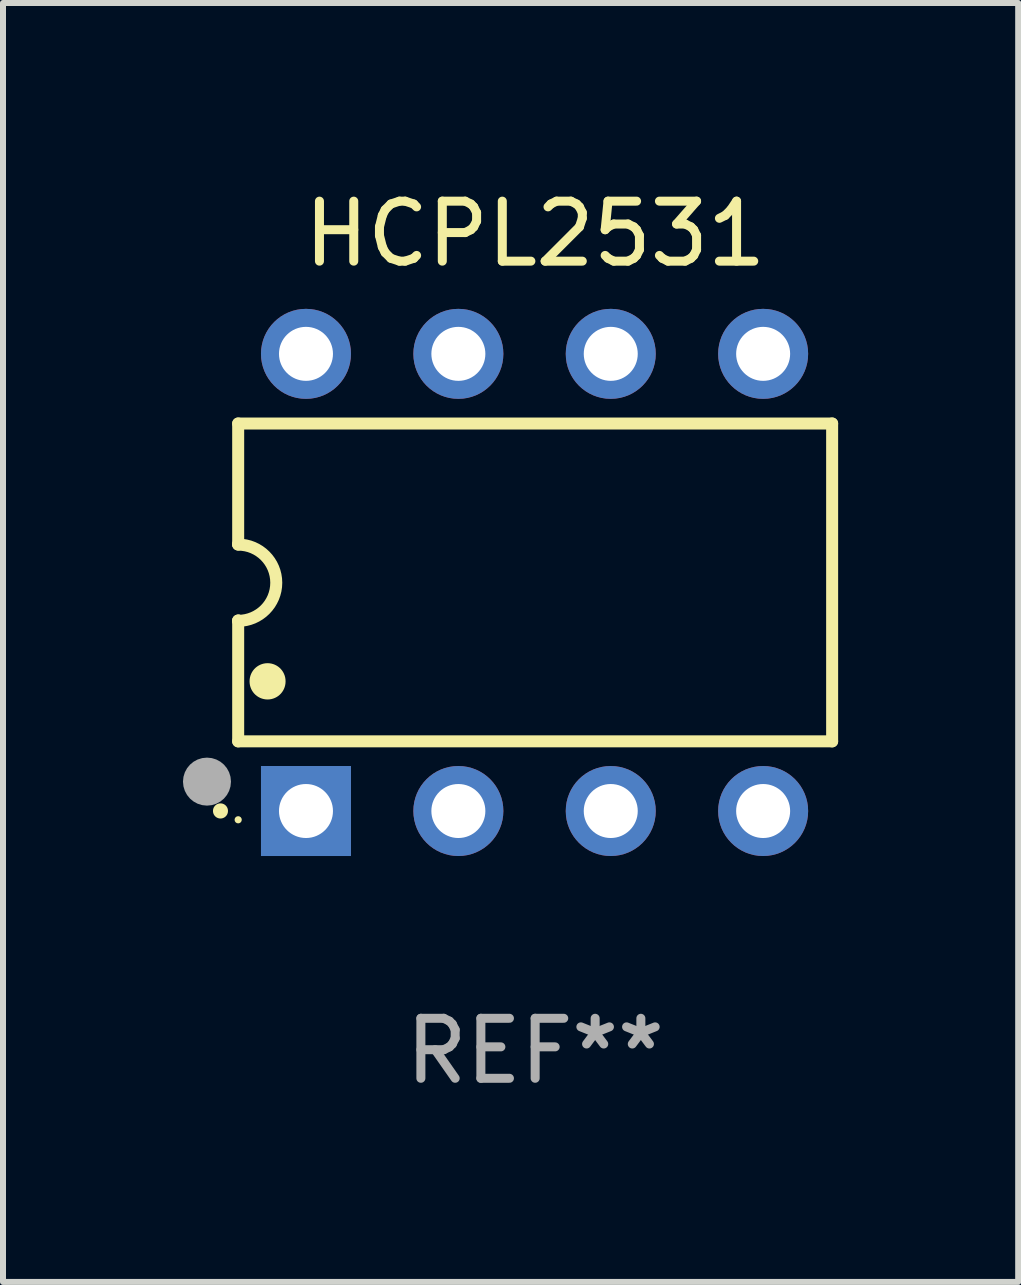
<source format=kicad_pcb>
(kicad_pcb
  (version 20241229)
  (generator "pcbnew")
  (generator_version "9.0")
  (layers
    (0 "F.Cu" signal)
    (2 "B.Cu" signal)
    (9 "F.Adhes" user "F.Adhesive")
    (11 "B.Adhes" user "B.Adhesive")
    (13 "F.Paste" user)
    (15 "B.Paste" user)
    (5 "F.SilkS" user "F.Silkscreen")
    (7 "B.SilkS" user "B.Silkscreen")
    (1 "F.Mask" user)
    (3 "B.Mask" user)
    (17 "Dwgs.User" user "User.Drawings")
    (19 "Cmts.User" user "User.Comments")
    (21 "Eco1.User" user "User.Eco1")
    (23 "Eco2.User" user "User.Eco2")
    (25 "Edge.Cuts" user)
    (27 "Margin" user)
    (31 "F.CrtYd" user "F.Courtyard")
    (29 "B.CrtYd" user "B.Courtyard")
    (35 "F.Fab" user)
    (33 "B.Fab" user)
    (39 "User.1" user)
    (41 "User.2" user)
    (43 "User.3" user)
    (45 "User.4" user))
  (footprint "HCPL2531"
    (layer "F.Cu")
    (at 5.87 6.658)
    (property "Reference" "HCPL2531" (at 0 -5.81 0) (layer "F.SilkS") (effects (font (size 1 1) (thickness 0.15))))
    (attr through_hole)
    (fp_line (start -4.95 -2.649) (end 4.95 -2.649) (stroke (width 0.2) (type solid)) (layer "F.SilkS"))
    (fp_line (start -4.95 -0.635) (end -4.95 -2.649) (stroke (width 0.2) (type solid)) (layer "F.SilkS"))
    (fp_line (start -4.95 0.635) (end -4.95 0.64) (stroke (width 0.2) (type solid)) (layer "F.SilkS"))
    (fp_line (start -4.95 2.649) (end -4.95 0.635) (stroke (width 0.2) (type solid)) (layer "F.SilkS"))
    (fp_line (start -4.95 -0.64) (end -4.95 -0.635) (stroke (width 0.2) (type solid)) (layer "F.SilkS"))
    (fp_line (start 4.95 -2.649) (end 4.95 2.649) (stroke (width 0.2) (type solid)) (layer "F.SilkS"))
    (fp_line (start 4.95 2.649) (end -4.95 2.649) (stroke (width 0.2) (type solid)) (layer "F.SilkS"))
    (fp_arc (start -5.24511 3.810008) (mid -5.245117 3.808738) (end -5.24511 3.807468) (stroke (width 0.25) (type solid)) (layer "F.SilkS"))
    (fp_arc (start -4.950165 -0.629997) (mid -4.315164 0.005004) (end -4.950165 0.640005) (stroke (width 0.2) (type solid)) (layer "F.SilkS"))
    (fp_arc (start -4.460249 1.651003) (mid -4.46026 1.648463) (end -4.460249 1.645923) (stroke (width 0.6) (type solid)) (layer "F.SilkS"))
    (fp_circle (center -4.95 3.956) (end -4.92 3.956) (stroke (width 0.06) (type solid)) (fill no) (layer "F.SilkS"))
    (fp_circle (center -5.47 3.32) (end -5.27 3.32) (stroke (width 0.4) (type solid)) (fill no) (layer "F.Fab"))
    (fp_text user "REF**" (at 0 7.81 0) (layer "F.Fab") (effects (font (size 1 1) (thickness 0.15))))
    (pad "1" thru_hole rect (at -3.82 3.81) (size 1.5 1.5) (drill 0.9) (layers "*.Cu" "*.Mask"))
    (pad "2" thru_hole circle (at -1.28 3.81) (size 1.5 1.5) (drill 0.9) (layers "*.Cu" "*.Mask"))
    (pad "3" thru_hole circle (at 1.26 3.81) (size 1.5 1.5) (drill 0.9) (layers "*.Cu" "*.Mask"))
    (pad "4" thru_hole circle (at 3.8 3.81) (size 1.5 1.5) (drill 0.9) (layers "*.Cu" "*.Mask"))
    (pad "5" thru_hole circle (at 3.8 -3.81) (size 1.5 1.5) (drill 0.9) (layers "*.Cu" "*.Mask"))
    (pad "6" thru_hole circle (at 1.26 -3.81) (size 1.5 1.5) (drill 0.9) (layers "*.Cu" "*.Mask"))
    (pad "7" thru_hole circle (at -1.28 -3.81) (size 1.5 1.5) (drill 0.9) (layers "*.Cu" "*.Mask"))
    (pad "8" thru_hole circle (at -3.82 -3.81) (size 1.5 1.5) (drill 0.9) (layers "*.Cu" "*.Mask")))
  (gr_rect
    (start -3 -3)
    (end 13.921 18.317)
    (stroke (width 0.1) (type default))
    (fill no)
    (layer "Edge.Cuts")))
</source>
